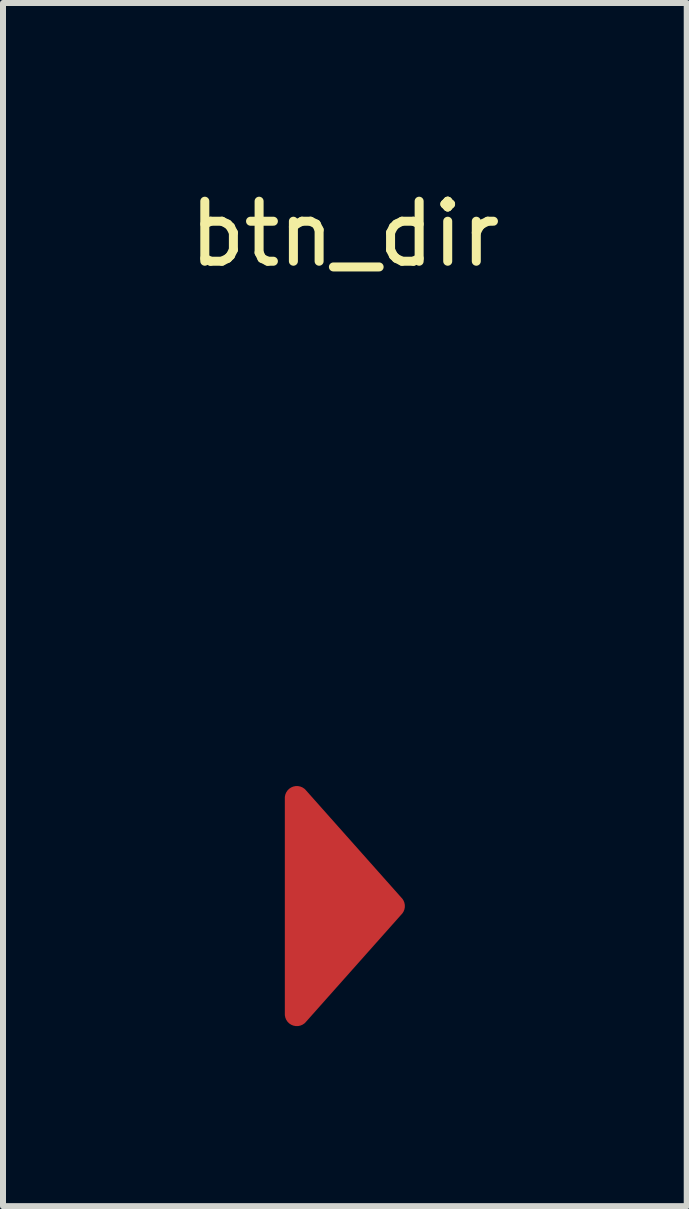
<source format=kicad_pcb>
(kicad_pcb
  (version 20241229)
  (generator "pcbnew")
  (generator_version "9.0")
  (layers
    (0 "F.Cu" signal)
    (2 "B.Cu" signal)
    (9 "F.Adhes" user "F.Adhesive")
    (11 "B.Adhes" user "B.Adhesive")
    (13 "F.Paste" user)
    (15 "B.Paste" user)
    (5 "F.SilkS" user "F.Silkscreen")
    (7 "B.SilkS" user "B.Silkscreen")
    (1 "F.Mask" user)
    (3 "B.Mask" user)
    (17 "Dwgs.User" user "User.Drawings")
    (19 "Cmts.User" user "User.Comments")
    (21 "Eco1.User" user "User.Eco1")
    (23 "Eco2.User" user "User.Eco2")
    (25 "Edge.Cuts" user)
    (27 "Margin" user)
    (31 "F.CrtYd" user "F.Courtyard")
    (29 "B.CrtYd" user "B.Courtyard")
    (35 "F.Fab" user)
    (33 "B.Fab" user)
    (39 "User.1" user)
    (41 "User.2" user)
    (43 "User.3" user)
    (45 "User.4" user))
  (footprint "btn_dir"
    (layer "F.Cu")
    (at 2.696 12.048)
    (property "Reference" "btn_dir" (at 0 -11.2 0) (unlocked yes) (layer "F.SilkS") (effects (font (size 1 1) (thickness 0.15))))
    (attr smd)
    (fp_poly (pts (arc (start 0.941421 0.141421) (mid 0.999999 0) (end 0.941421 -0.141421)) (arc (start -0.658579 -1.941421) (mid -0.876537 -1.984776) (end -1 -1.8)) (arc (start -0.999999 1.8) (mid -0.876536 1.984775) (end -0.658579 1.941421))) (stroke (width 0) (type solid)) (fill yes) (layer "F.Cu"))
    (fp_poly (pts (arc (start 0.942383 0.14123) (mid 1.000961 -0.000191) (end 0.942383 -0.141612)) (arc (start -0.657617 -1.941612) (mid -0.875575 -1.984967) (end -0.999038 -1.800191)) (arc (start -0.999037 1.799809) (mid -0.875574 1.984584) (end -0.657617 1.94123))) (stroke (width 0) (type solid)) (fill yes) (layer "F.Mask")))
  (gr_rect
    (start -3 -3)
    (end 8.393 17.048)
    (stroke (width 0.1) (type default))
    (fill no)
    (layer "Edge.Cuts")))
</source>
